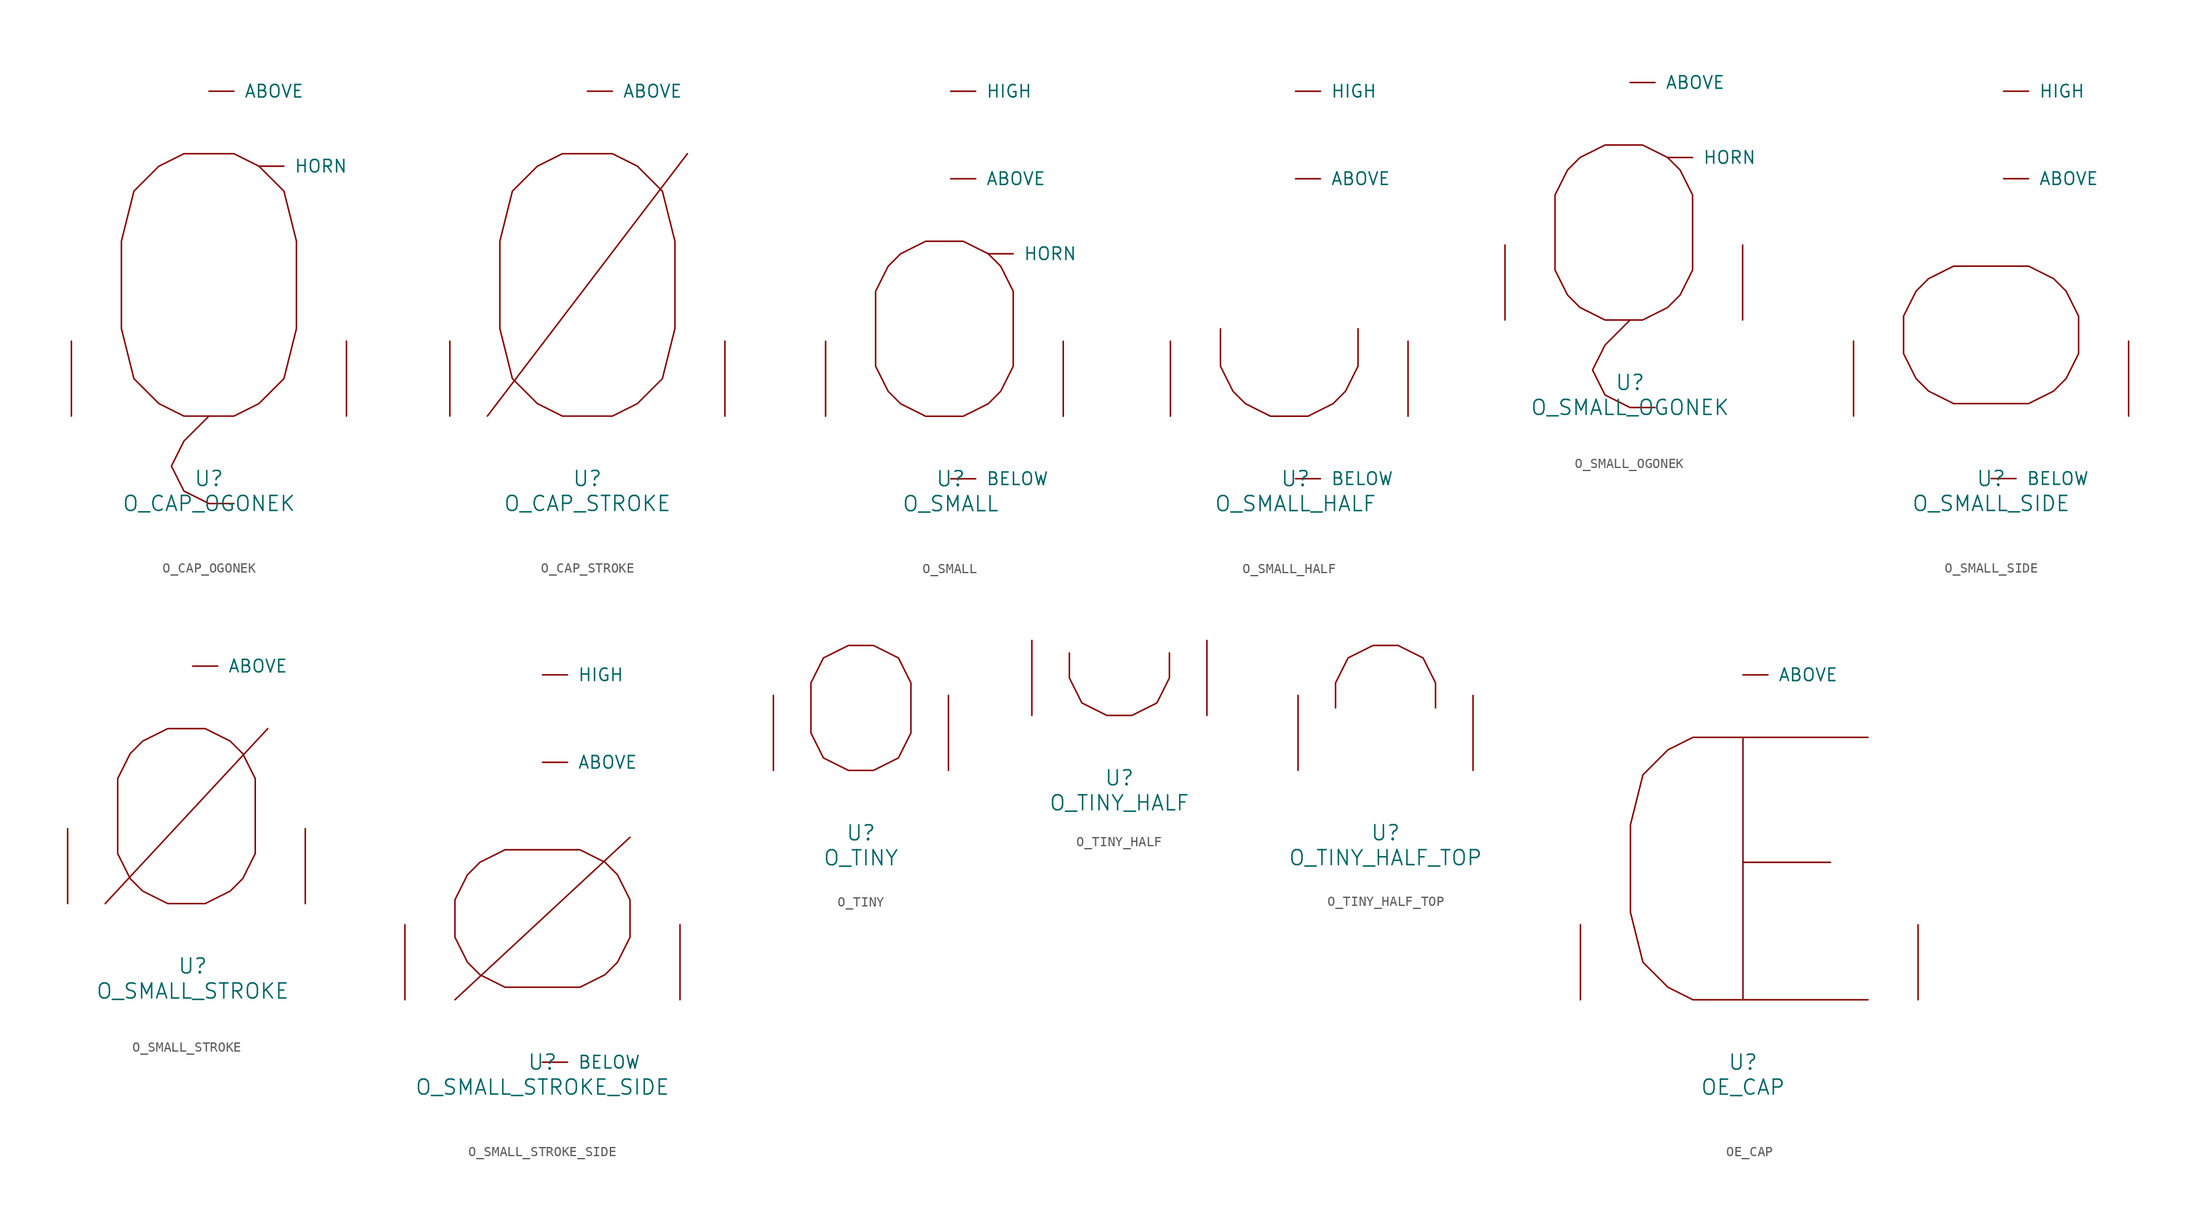
<source format=kicad_sym>
(kicad_symbol_lib
  (version 20220914)
  (generator font_lib2sym)
  (symbol "O_CAP_OGONEK"
    (pin_names
      (offset 1.016))
    (property "Reference" "U"
      (at 0 -6.35 0)
      (effects (font (size 1.524 1.524))))
    (property "Value" "O_CAP_OGONEK"
      (at 0 -8.89 0)
      (effects (font (size 1.524 1.524))))
    (symbol "O_CAP_OGONEK_0_1"
      (polyline (pts (xy 0 0) (xy -2.54 -2.54) (xy -3.81 -5.08) (xy -2.54 -7.62) (xy 0 -8.89) (xy 2.54 -8.89)) (stroke (width 0) (type solid)) (fill (type none)))
      (polyline (pts (xy -2.54 26.67) (xy 2.54 26.67) (xy 5.08 25.4) (xy 7.62 22.86) (xy 8.89 17.78) (xy 8.89 8.89) (xy 7.62 3.81) (xy 5.08 1.27) (xy 2.54 0) (xy -2.54 0) (xy -5.08 1.27) (xy -7.62 3.81) (xy -8.89 8.89) (xy -8.89 17.78) (xy -7.62 22.86) (xy -5.08 25.4) (xy -2.54 26.67)) (stroke (width 0) (type solid)) (fill (type none)))
      (pin input line (at 0 33.02 0) (length 2.54) (name "ABOVE" (effects (font (size 1.27 1.27)))) (number "~" (effects (font (size 1.27 1.27)))))
      (pin input line (at 5.08 25.4 0) (length 2.54) (name "HORN" (effects (font (size 1.27 1.27)))) (number "~" (effects (font (size 1.27 1.27)))))
      (pin input line (at -13.97 0 90) (length 7.62) (name "~" (effects (font (size 1.27 1.27)))) (number "~" (effects (font (size 1.27 1.27)))))
      (pin input line (at 13.97 0 90) (length 7.62) (name "~" (effects (font (size 1.27 1.27)))) (number "~" (effects (font (size 1.27 1.27)))))))
  (symbol "O_CAP_STROKE"
    (pin_names
      (offset 1.016))
    (property "Reference" "U"
      (at 0 -6.35 0)
      (effects (font (size 1.524 1.524))))
    (property "Value" "O_CAP_STROKE"
      (at 0 -8.89 0)
      (effects (font (size 1.524 1.524))))
    (symbol "O_CAP_STROKE_0_1"
      (polyline (pts (xy 10.16 26.67) (xy -10.16 0)) (stroke (width 0) (type solid)) (fill (type none)))
      (polyline (pts (xy -2.54 0) (xy -5.08 1.27) (xy -7.62 3.81) (xy -8.89 8.89) (xy -8.89 17.78) (xy -7.62 22.86) (xy -5.08 25.4) (xy -2.54 26.67) (xy 2.54 26.67) (xy 5.08 25.4) (xy 7.62 22.86) (xy 8.89 17.78) (xy 8.89 8.89) (xy 7.62 3.81) (xy 5.08 1.27) (xy 2.54 0) (xy -2.54 0)) (stroke (width 0) (type solid)) (fill (type none)))
      (pin input line (at 0 33.02 0) (length 2.54) (name "ABOVE" (effects (font (size 1.27 1.27)))) (number "~" (effects (font (size 1.27 1.27)))))
      (pin input line (at -13.97 0 90) (length 7.62) (name "~" (effects (font (size 1.27 1.27)))) (number "~" (effects (font (size 1.27 1.27)))))
      (pin input line (at 13.97 0 90) (length 7.62) (name "~" (effects (font (size 1.27 1.27)))) (number "~" (effects (font (size 1.27 1.27)))))))
  (symbol "O_SMALL"
    (pin_names
      (offset 1.016))
    (property "Reference" "U"
      (at 0 -6.35 0)
      (effects (font (size 1.524 1.524))))
    (property "Value" "O_SMALL"
      (at 0 -8.89 0)
      (effects (font (size 1.524 1.524))))
    (symbol "O_SMALL_0_1"
      (polyline (pts (xy -2.54 0) (xy -5.08 1.27) (xy -6.35 2.54) (xy -7.62 5.08) (xy -7.62 12.7) (xy -6.35 15.24) (xy -5.08 16.51) (xy -2.54 17.78) (xy 1.27 17.78) (xy 3.81 16.51) (xy 5.08 15.24) (xy 6.35 12.7) (xy 6.35 5.08) (xy 5.08 2.54) (xy 3.81 1.27) (xy 1.27 0) (xy -2.54 0)) (stroke (width 0) (type solid)) (fill (type none)))
      (pin input line (at 0 24.13 0) (length 2.54) (name "ABOVE" (effects (font (size 1.27 1.27)))) (number "~" (effects (font (size 1.27 1.27)))))
      (pin input line (at 0 -6.35 0) (length 2.54) (name "BELOW" (effects (font (size 1.27 1.27)))) (number "~" (effects (font (size 1.27 1.27)))))
      (pin input line (at 0 33.02 0) (length 2.54) (name "HIGH" (effects (font (size 1.27 1.27)))) (number "~" (effects (font (size 1.27 1.27)))))
      (pin input line (at 3.81 16.51 0) (length 2.54) (name "HORN" (effects (font (size 1.27 1.27)))) (number "~" (effects (font (size 1.27 1.27)))))
      (pin input line (at -12.7 0 90) (length 7.62) (name "~" (effects (font (size 1.27 1.27)))) (number "~" (effects (font (size 1.27 1.27)))))
      (pin input line (at 11.43 0 90) (length 7.62) (name "~" (effects (font (size 1.27 1.27)))) (number "~" (effects (font (size 1.27 1.27)))))))
  (symbol "O_SMALL_HALF"
    (pin_names
      (offset 1.016))
    (property "Reference" "U"
      (at 0 -6.35 0)
      (effects (font (size 1.524 1.524))))
    (property "Value" "O_SMALL_HALF"
      (at 0 -8.89 0)
      (effects (font (size 1.524 1.524))))
    (symbol "O_SMALL_HALF_0_1"
      (polyline (pts (xy -7.62 8.89) (xy -7.62 5.08) (xy -6.35 2.54) (xy -5.08 1.27) (xy -2.54 0) (xy 1.27 0) (xy 3.81 1.27) (xy 5.08 2.54) (xy 6.35 5.08) (xy 6.35 8.89)) (stroke (width 0) (type solid)) (fill (type none)))
      (pin input line (at 0 24.13 0) (length 2.54) (name "ABOVE" (effects (font (size 1.27 1.27)))) (number "~" (effects (font (size 1.27 1.27)))))
      (pin input line (at 0 -6.35 0) (length 2.54) (name "BELOW" (effects (font (size 1.27 1.27)))) (number "~" (effects (font (size 1.27 1.27)))))
      (pin input line (at 0 33.02 0) (length 2.54) (name "HIGH" (effects (font (size 1.27 1.27)))) (number "~" (effects (font (size 1.27 1.27)))))
      (pin input line (at -12.7 0 90) (length 7.62) (name "~" (effects (font (size 1.27 1.27)))) (number "~" (effects (font (size 1.27 1.27)))))
      (pin input line (at 11.43 0 90) (length 7.62) (name "~" (effects (font (size 1.27 1.27)))) (number "~" (effects (font (size 1.27 1.27)))))))
  (symbol "O_SMALL_OGONEK"
    (pin_names
      (offset 1.016))
    (property "Reference" "U"
      (at 0 -6.35 0)
      (effects (font (size 1.524 1.524))))
    (property "Value" "O_SMALL_OGONEK"
      (at 0 -8.89 0)
      (effects (font (size 1.524 1.524))))
    (symbol "O_SMALL_OGONEK_0_1"
      (polyline (pts (xy 0 0) (xy -2.54 -2.54) (xy -3.81 -5.08) (xy -2.54 -7.62) (xy 0 -8.89) (xy 2.54 -8.89)) (stroke (width 0) (type solid)) (fill (type none)))
      (polyline (pts (xy -2.54 0) (xy -5.08 1.27) (xy -6.35 2.54) (xy -7.62 5.08) (xy -7.62 12.7) (xy -6.35 15.24) (xy -5.08 16.51) (xy -2.54 17.78) (xy 1.27 17.78) (xy 3.81 16.51) (xy 5.08 15.24) (xy 6.35 12.7) (xy 6.35 5.08) (xy 5.08 2.54) (xy 3.81 1.27) (xy 1.27 0) (xy -2.54 0)) (stroke (width 0) (type solid)) (fill (type none)))
      (pin input line (at 0 24.13 0) (length 2.54) (name "ABOVE" (effects (font (size 1.27 1.27)))) (number "~" (effects (font (size 1.27 1.27)))))
      (pin input line (at 3.81 16.51 0) (length 2.54) (name "HORN" (effects (font (size 1.27 1.27)))) (number "~" (effects (font (size 1.27 1.27)))))
      (pin input line (at -12.7 0 90) (length 7.62) (name "~" (effects (font (size 1.27 1.27)))) (number "~" (effects (font (size 1.27 1.27)))))
      (pin input line (at 11.43 0 90) (length 7.62) (name "~" (effects (font (size 1.27 1.27)))) (number "~" (effects (font (size 1.27 1.27)))))))
  (symbol "O_SMALL_SIDE"
    (pin_names
      (offset 1.016))
    (property "Reference" "U"
      (at 0 -6.35 0)
      (effects (font (size 1.524 1.524))))
    (property "Value" "O_SMALL_SIDE"
      (at 0 -8.89 0)
      (effects (font (size 1.524 1.524))))
    (symbol "O_SMALL_SIDE_0_1"
      (polyline (pts (xy 8.89 10.16) (xy 8.89 6.35) (xy 7.62 3.81) (xy 6.35 2.54) (xy 3.81 1.27) (xy -3.81 1.27) (xy -6.35 2.54) (xy -7.62 3.81) (xy -8.89 6.35) (xy -8.89 10.16) (xy -7.62 12.7) (xy -6.35 13.97) (xy -3.81 15.24) (xy 3.81 15.24) (xy 6.35 13.97) (xy 7.62 12.7) (xy 8.89 10.16)) (stroke (width 0) (type solid)) (fill (type none)))
      (pin input line (at 1.27 24.13 0) (length 2.54) (name "ABOVE" (effects (font (size 1.27 1.27)))) (number "~" (effects (font (size 1.27 1.27)))))
      (pin input line (at 0 -6.35 0) (length 2.54) (name "BELOW" (effects (font (size 1.27 1.27)))) (number "~" (effects (font (size 1.27 1.27)))))
      (pin input line (at 1.27 33.02 0) (length 2.54) (name "HIGH" (effects (font (size 1.27 1.27)))) (number "~" (effects (font (size 1.27 1.27)))))
      (pin input line (at -13.97 0 90) (length 7.62) (name "~" (effects (font (size 1.27 1.27)))) (number "~" (effects (font (size 1.27 1.27)))))
      (pin input line (at 13.97 0 90) (length 7.62) (name "~" (effects (font (size 1.27 1.27)))) (number "~" (effects (font (size 1.27 1.27)))))))
  (symbol "O_SMALL_STROKE"
    (pin_names
      (offset 1.016))
    (property "Reference" "U"
      (at 0 -6.35 0)
      (effects (font (size 1.524 1.524))))
    (property "Value" "O_SMALL_STROKE"
      (at 0 -8.89 0)
      (effects (font (size 1.524 1.524))))
    (symbol "O_SMALL_STROKE_0_1"
      (polyline (pts (xy 7.62 17.78) (xy -8.89 0)) (stroke (width 0) (type solid)) (fill (type none)))
      (polyline (pts (xy -2.54 0) (xy -5.08 1.27) (xy -6.35 2.54) (xy -7.62 5.08) (xy -7.62 12.7) (xy -6.35 15.24) (xy -5.08 16.51) (xy -2.54 17.78) (xy 1.27 17.78) (xy 3.81 16.51) (xy 5.08 15.24) (xy 6.35 12.7) (xy 6.35 5.08) (xy 5.08 2.54) (xy 3.81 1.27) (xy 1.27 0) (xy -2.54 0)) (stroke (width 0) (type solid)) (fill (type none)))
      (pin input line (at 0 24.13 0) (length 2.54) (name "ABOVE" (effects (font (size 1.27 1.27)))) (number "~" (effects (font (size 1.27 1.27)))))
      (pin input line (at -12.7 0 90) (length 7.62) (name "~" (effects (font (size 1.27 1.27)))) (number "~" (effects (font (size 1.27 1.27)))))
      (pin input line (at 11.43 0 90) (length 7.62) (name "~" (effects (font (size 1.27 1.27)))) (number "~" (effects (font (size 1.27 1.27)))))))
  (symbol "O_SMALL_STROKE_SIDE"
    (pin_names
      (offset 1.016))
    (property "Reference" "U"
      (at 0 -6.35 0)
      (effects (font (size 1.524 1.524))))
    (property "Value" "O_SMALL_STROKE_SIDE"
      (at 0 -8.89 0)
      (effects (font (size 1.524 1.524))))
    (symbol "O_SMALL_STROKE_SIDE_0_1"
      (polyline (pts (xy 8.89 16.51) (xy -8.89 0)) (stroke (width 0) (type solid)) (fill (type none)))
      (polyline (pts (xy 8.89 10.16) (xy 8.89 6.35) (xy 7.62 3.81) (xy 6.35 2.54) (xy 3.81 1.27) (xy -3.81 1.27) (xy -6.35 2.54) (xy -7.62 3.81) (xy -8.89 6.35) (xy -8.89 10.16) (xy -7.62 12.7) (xy -6.35 13.97) (xy -3.81 15.24) (xy 3.81 15.24) (xy 6.35 13.97) (xy 7.62 12.7) (xy 8.89 10.16)) (stroke (width 0) (type solid)) (fill (type none)))
      (pin input line (at 0 24.13 0) (length 2.54) (name "ABOVE" (effects (font (size 1.27 1.27)))) (number "~" (effects (font (size 1.27 1.27)))))
      (pin input line (at 0 -6.35 0) (length 2.54) (name "BELOW" (effects (font (size 1.27 1.27)))) (number "~" (effects (font (size 1.27 1.27)))))
      (pin input line (at 0 33.02 0) (length 2.54) (name "HIGH" (effects (font (size 1.27 1.27)))) (number "~" (effects (font (size 1.27 1.27)))))
      (pin input line (at -13.97 0 90) (length 7.62) (name "~" (effects (font (size 1.27 1.27)))) (number "~" (effects (font (size 1.27 1.27)))))
      (pin input line (at 13.97 0 90) (length 7.62) (name "~" (effects (font (size 1.27 1.27)))) (number "~" (effects (font (size 1.27 1.27)))))))
  (symbol "O_TINY"
    (pin_names
      (offset 1.016))
    (property "Reference" "U"
      (at 0 -6.35 0)
      (effects (font (size 1.524 1.524))))
    (property "Value" "O_TINY"
      (at 0 -8.89 0)
      (effects (font (size 1.524 1.524))))
    (symbol "O_TINY_0_1"
      (polyline (pts (xy -1.27 0) (xy -3.81 1.27) (xy -5.08 3.81) (xy -5.08 8.89) (xy -3.81 11.43) (xy -1.27 12.7) (xy 1.27 12.7) (xy 3.81 11.43) (xy 5.08 8.89) (xy 5.08 3.81) (xy 3.81 1.27) (xy 1.27 0) (xy -1.27 0)) (stroke (width 0) (type solid)) (fill (type none)))
      (pin input line (at -8.89 0 90) (length 7.62) (name "~" (effects (font (size 1.27 1.27)))) (number "~" (effects (font (size 1.27 1.27)))))
      (pin input line (at 8.89 0 90) (length 7.62) (name "~" (effects (font (size 1.27 1.27)))) (number "~" (effects (font (size 1.27 1.27)))))))
  (symbol "O_TINY_HALF"
    (pin_names
      (offset 1.016))
    (property "Reference" "U"
      (at 0 -6.35 0)
      (effects (font (size 1.524 1.524))))
    (property "Value" "O_TINY_HALF"
      (at 0 -8.89 0)
      (effects (font (size 1.524 1.524))))
    (symbol "O_TINY_HALF_0_1"
      (polyline (pts (xy -5.08 6.35) (xy -5.08 3.81) (xy -3.81 1.27) (xy -1.27 0) (xy 1.27 0) (xy 3.81 1.27) (xy 5.08 3.81) (xy 5.08 6.35)) (stroke (width 0) (type solid)) (fill (type none)))
      (pin input line (at -8.89 0 90) (length 7.62) (name "~" (effects (font (size 1.27 1.27)))) (number "~" (effects (font (size 1.27 1.27)))))
      (pin input line (at 8.89 0 90) (length 7.62) (name "~" (effects (font (size 1.27 1.27)))) (number "~" (effects (font (size 1.27 1.27)))))))
  (symbol "O_TINY_HALF_TOP"
    (pin_names
      (offset 1.016))
    (property "Reference" "U"
      (at 0 -6.35 0)
      (effects (font (size 1.524 1.524))))
    (property "Value" "O_TINY_HALF_TOP"
      (at 0 -8.89 0)
      (effects (font (size 1.524 1.524))))
    (symbol "O_TINY_HALF_TOP_0_1"
      (polyline (pts (xy -5.08 6.35) (xy -5.08 8.89) (xy -3.81 11.43) (xy -1.27 12.7) (xy 1.27 12.7) (xy 3.81 11.43) (xy 5.08 8.89) (xy 5.08 6.35)) (stroke (width 0) (type solid)) (fill (type none)))
      (pin input line (at -8.89 0 90) (length 7.62) (name "~" (effects (font (size 1.27 1.27)))) (number "~" (effects (font (size 1.27 1.27)))))
      (pin input line (at 8.89 0 90) (length 7.62) (name "~" (effects (font (size 1.27 1.27)))) (number "~" (effects (font (size 1.27 1.27)))))))
  (symbol "OE_CAP"
    (pin_names
      (offset 1.016))
    (property "Reference" "U"
      (at 0 -6.35 0)
      (effects (font (size 1.524 1.524))))
    (property "Value" "OE_CAP"
      (at 0 -8.89 0)
      (effects (font (size 1.524 1.524))))
    (symbol "OE_CAP_0_1"
      (polyline (pts (xy 0 13.97) (xy 8.89 13.97)) (stroke (width 0) (type solid)) (fill (type none)))
      (polyline (pts (xy 0 26.67) (xy 0 0)) (stroke (width 0) (type solid)) (fill (type none)))
      (polyline (pts (xy 12.7 26.67) (xy -5.08 26.67) (xy -7.62 25.4) (xy -10.16 22.86) (xy -11.43 17.78) (xy -11.43 8.89) (xy -10.16 3.81) (xy -7.62 1.27) (xy -5.08 0) (xy 12.7 0)) (stroke (width 0) (type solid)) (fill (type none)))
      (pin input line (at 0 33.02 0) (length 2.54) (name "ABOVE" (effects (font (size 1.27 1.27)))) (number "~" (effects (font (size 1.27 1.27)))))
      (pin input line (at -16.51 0 90) (length 7.62) (name "~" (effects (font (size 1.27 1.27)))) (number "~" (effects (font (size 1.27 1.27)))))
      (pin input line (at 17.78 0 90) (length 7.62) (name "~" (effects (font (size 1.27 1.27)))) (number "~" (effects (font (size 1.27 1.27))))))))
</source>
